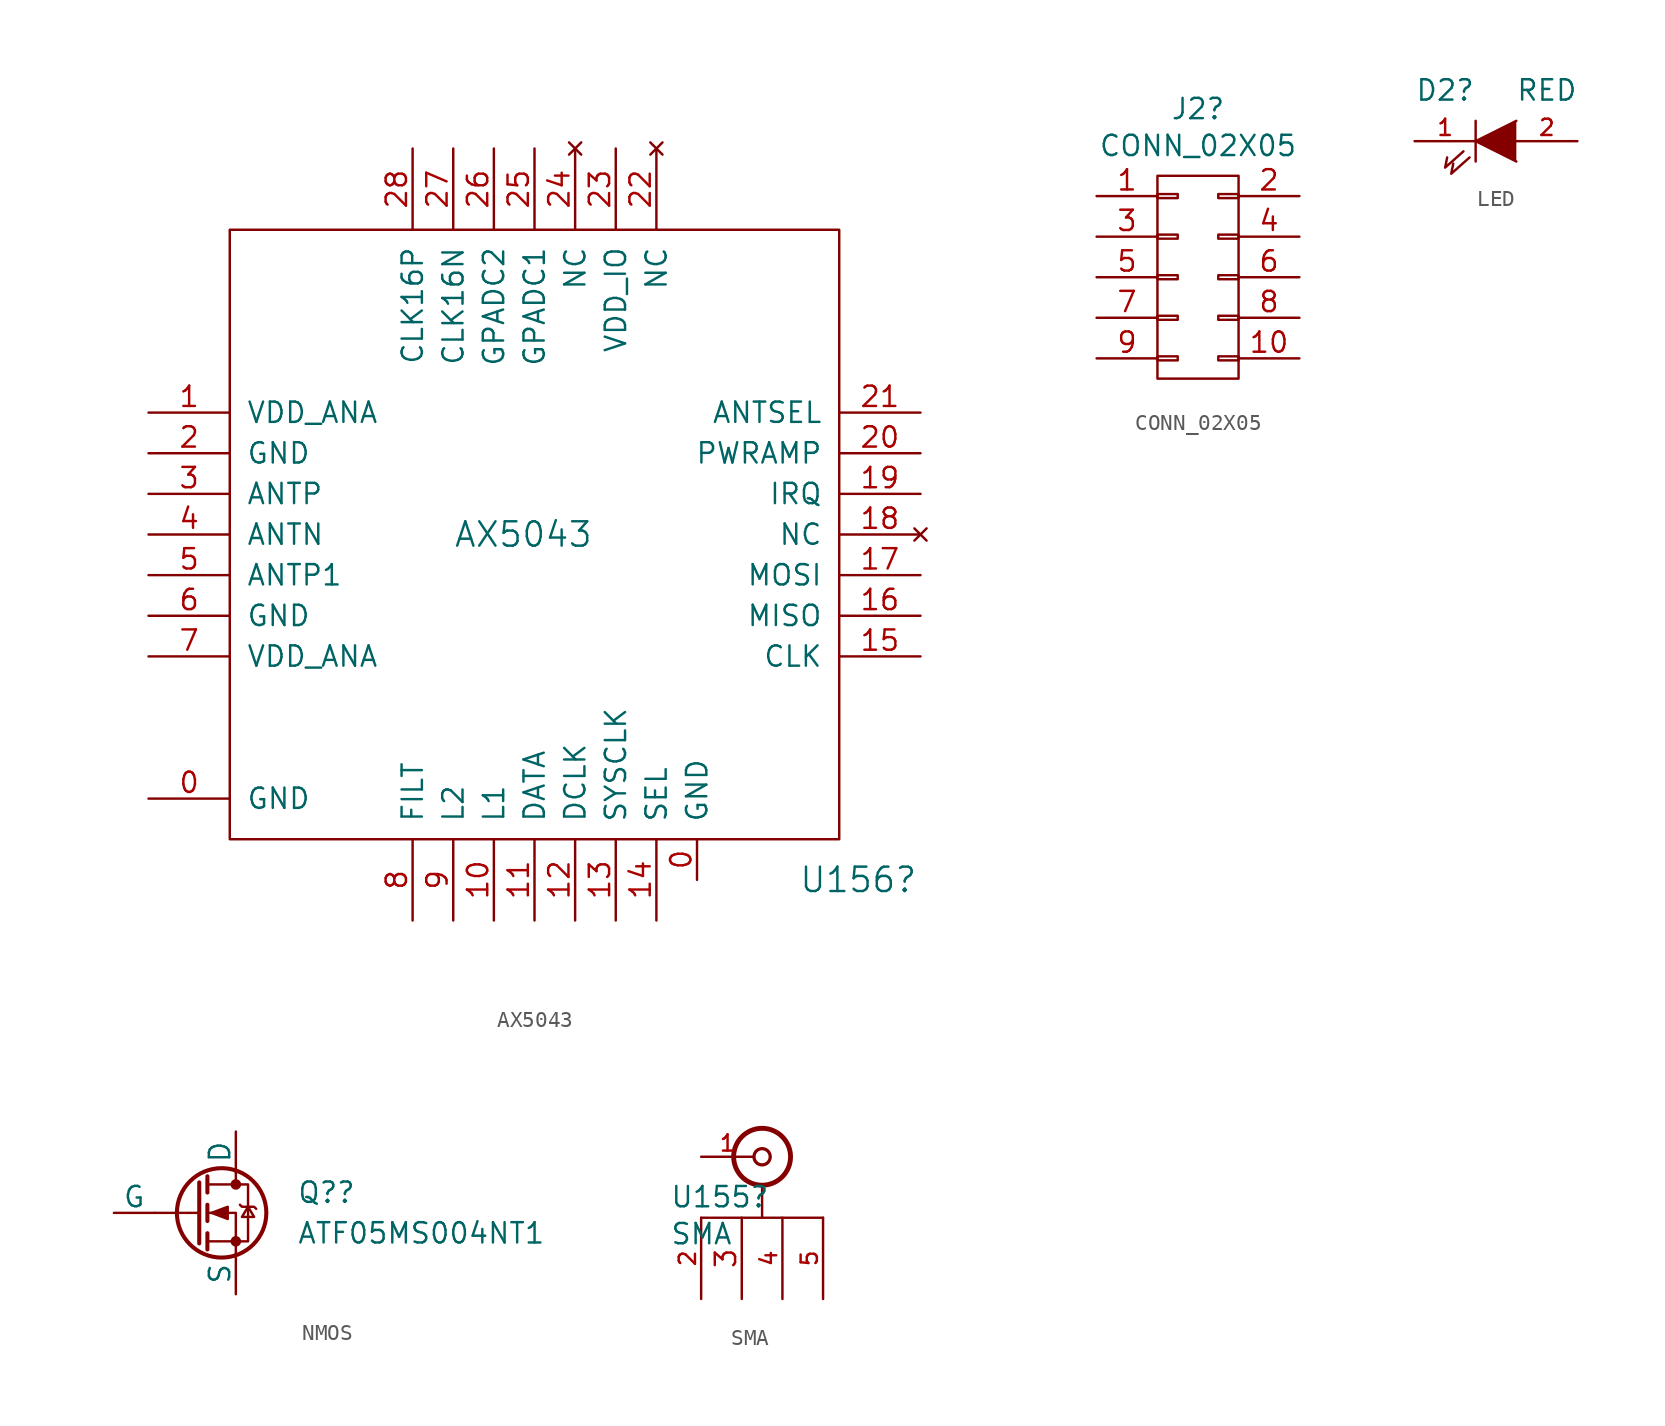
<source format=kicad_sym>
(kicad_symbol_lib
  (version 20220914)
  (generator kicad_symbol_editor)
  (symbol "AX5043"
    (pin_names
      (offset 1.016))
    (property "Reference" "U156"
      (at 16.51 -21.59 0)
      (effects (font (size 1.524 1.524)) (justify left)))
    (property "Value" "AX5043"
      (at -5.08 0 0)
      (effects (font (size 1.524 1.524)) (justify left)))
    (symbol "AX5043_0_1"
      (rectangle (start -19.05 19.05) (end 19.05 -19.05) (stroke (width 0) (type default)) (fill (type none))))
    (symbol "AX5043_1_1"
      (pin passive line (at -24.13 -16.51 0) (length 5.08) (name "GND" (effects (font (size 1.27 1.27)))) (number "0" (effects (font (size 1.27 1.27)))))
      (pin power_in line (at 10.16 -21.59 90) (length 2.54) (name "GND" (effects (font (size 1.27 1.27)))) (number "0" (effects (font (size 1.27 1.27)))))
      (pin passive line (at -24.13 7.62 0) (length 5.08) (name "VDD_ANA" (effects (font (size 1.27 1.27)))) (number "1" (effects (font (size 1.27 1.27)))))
      (pin passive line (at -2.54 -24.13 90) (length 5.08) (name "L1" (effects (font (size 1.27 1.27)))) (number "10" (effects (font (size 1.27 1.27)))))
      (pin input line (at 0 -24.13 90) (length 5.08) (name "DATA" (effects (font (size 1.27 1.27)))) (number "11" (effects (font (size 1.27 1.27)))))
      (pin input line (at 2.54 -24.13 90) (length 5.08) (name "DCLK" (effects (font (size 1.27 1.27)))) (number "12" (effects (font (size 1.27 1.27)))))
      (pin output line (at 5.08 -24.13 90) (length 5.08) (name "SYSCLK" (effects (font (size 1.27 1.27)))) (number "13" (effects (font (size 1.27 1.27)))))
      (pin input line (at 7.62 -24.13 90) (length 5.08) (name "SEL" (effects (font (size 1.27 1.27)))) (number "14" (effects (font (size 1.27 1.27)))))
      (pin input line (at 24.13 -7.62 180) (length 5.08) (name "CLK" (effects (font (size 1.27 1.27)))) (number "15" (effects (font (size 1.27 1.27)))))
      (pin tri_state line (at 24.13 -5.08 180) (length 5.08) (name "MISO" (effects (font (size 1.27 1.27)))) (number "16" (effects (font (size 1.27 1.27)))))
      (pin input line (at 24.13 -2.54 180) (length 5.08) (name "MOSI" (effects (font (size 1.27 1.27)))) (number "17" (effects (font (size 1.27 1.27)))))
      (pin no_connect line (at 24.13 0 180) (length 5.08) (name "NC" (effects (font (size 1.27 1.27)))) (number "18" (effects (font (size 1.27 1.27)))))
      (pin output line (at 24.13 2.54 180) (length 5.08) (name "IRQ" (effects (font (size 1.27 1.27)))) (number "19" (effects (font (size 1.27 1.27)))))
      (pin input line (at -24.13 5.08 0) (length 5.08) (name "GND" (effects (font (size 1.27 1.27)))) (number "2" (effects (font (size 1.27 1.27)))))
      (pin output line (at 24.13 5.08 180) (length 5.08) (name "PWRAMP" (effects (font (size 1.27 1.27)))) (number "20" (effects (font (size 1.27 1.27)))))
      (pin output line (at 24.13 7.62 180) (length 5.08) (name "ANTSEL" (effects (font (size 1.27 1.27)))) (number "21" (effects (font (size 1.27 1.27)))))
      (pin no_connect line (at 7.62 24.13 270) (length 5.08) (name "NC" (effects (font (size 1.27 1.27)))) (number "22" (effects (font (size 1.27 1.27)))))
      (pin passive line (at 5.08 24.13 270) (length 5.08) (name "VDD_IO" (effects (font (size 1.27 1.27)))) (number "23" (effects (font (size 1.27 1.27)))))
      (pin no_connect line (at 2.54 24.13 270) (length 5.08) (name "NC" (effects (font (size 1.27 1.27)))) (number "24" (effects (font (size 1.27 1.27)))))
      (pin input line (at 0 24.13 270) (length 5.08) (name "GPADC1" (effects (font (size 1.27 1.27)))) (number "25" (effects (font (size 1.27 1.27)))))
      (pin input line (at -2.54 24.13 270) (length 5.08) (name "GPADC2" (effects (font (size 1.27 1.27)))) (number "26" (effects (font (size 1.27 1.27)))))
      (pin passive line (at -5.08 24.13 270) (length 5.08) (name "CLK16N" (effects (font (size 1.27 1.27)))) (number "27" (effects (font (size 1.27 1.27)))))
      (pin passive line (at -7.62 24.13 270) (length 5.08) (name "CLK16P" (effects (font (size 1.27 1.27)))) (number "28" (effects (font (size 1.27 1.27)))))
      (pin bidirectional line (at -24.13 2.54 0) (length 5.08) (name "ANTP" (effects (font (size 1.27 1.27)))) (number "3" (effects (font (size 1.27 1.27)))))
      (pin bidirectional line (at -24.13 0 0) (length 5.08) (name "ANTN" (effects (font (size 1.27 1.27)))) (number "4" (effects (font (size 1.27 1.27)))))
      (pin output line (at -24.13 -2.54 0) (length 5.08) (name "ANTP1" (effects (font (size 1.27 1.27)))) (number "5" (effects (font (size 1.27 1.27)))))
      (pin input line (at -24.13 -5.08 0) (length 5.08) (name "GND" (effects (font (size 1.27 1.27)))) (number "6" (effects (font (size 1.27 1.27)))))
      (pin passive line (at -24.13 -7.62 0) (length 5.08) (name "VDD_ANA" (effects (font (size 1.27 1.27)))) (number "7" (effects (font (size 1.27 1.27)))))
      (pin passive line (at -7.62 -24.13 90) (length 5.08) (name "FILT" (effects (font (size 1.27 1.27)))) (number "8" (effects (font (size 1.27 1.27)))))
      (pin passive line (at -5.08 -24.13 90) (length 5.08) (name "L2" (effects (font (size 1.27 1.27)))) (number "9" (effects (font (size 1.27 1.27)))))))
  (symbol "CONN_02X05"
    (pin_names
      (offset 0.025) hide)
    (property "Reference" "J2"
      (at 0 10.541 0)
      (effects (font (size 1.27 1.27))))
    (property "Value" "CONN_02X05"
      (at 0 8.23 0)
      (effects (font (size 1.27 1.27))))
    (symbol "CONN_02X05_0_1"
      (rectangle (start -2.54 -4.953) (end -1.27 -5.207) (stroke (width 0) (type default)) (fill (type none)))
      (rectangle (start -2.54 -2.413) (end -1.27 -2.667) (stroke (width 0) (type default)) (fill (type none)))
      (rectangle (start -2.54 0.127) (end -1.27 -0.127) (stroke (width 0) (type default)) (fill (type none)))
      (rectangle (start -2.54 2.667) (end -1.27 2.413) (stroke (width 0) (type default)) (fill (type none)))
      (rectangle (start -2.54 5.207) (end -1.27 4.953) (stroke (width 0) (type default)) (fill (type none)))
      (rectangle (start -2.54 6.35) (end 2.54 -6.35) (stroke (width 0) (type default)) (fill (type none)))
      (rectangle (start 1.27 -4.953) (end 2.54 -5.207) (stroke (width 0) (type default)) (fill (type none)))
      (rectangle (start 1.27 -2.413) (end 2.54 -2.667) (stroke (width 0) (type default)) (fill (type none)))
      (rectangle (start 1.27 0.127) (end 2.54 -0.127) (stroke (width 0) (type default)) (fill (type none)))
      (rectangle (start 1.27 2.667) (end 2.54 2.413) (stroke (width 0) (type default)) (fill (type none)))
      (rectangle (start 1.27 5.207) (end 2.54 4.953) (stroke (width 0) (type default)) (fill (type none))))
    (symbol "CONN_02X05_1_1"
      (pin passive line (at -6.35 5.08 0) (length 3.81) (name "P1" (effects (font (size 1.27 1.27)))) (number "1" (effects (font (size 1.27 1.27)))))
      (pin passive line (at 6.35 -5.08 180) (length 3.81) (name "P10" (effects (font (size 1.27 1.27)))) (number "10" (effects (font (size 1.27 1.27)))))
      (pin passive line (at 6.35 5.08 180) (length 3.81) (name "P2" (effects (font (size 1.27 1.27)))) (number "2" (effects (font (size 1.27 1.27)))))
      (pin passive line (at -6.35 2.54 0) (length 3.81) (name "P3" (effects (font (size 1.27 1.27)))) (number "3" (effects (font (size 1.27 1.27)))))
      (pin passive line (at 6.35 2.54 180) (length 3.81) (name "P4" (effects (font (size 1.27 1.27)))) (number "4" (effects (font (size 1.27 1.27)))))
      (pin passive line (at -6.35 0 0) (length 3.81) (name "P5" (effects (font (size 1.27 1.27)))) (number "5" (effects (font (size 1.27 1.27)))))
      (pin passive line (at 6.35 0 180) (length 3.81) (name "P6" (effects (font (size 1.27 1.27)))) (number "6" (effects (font (size 1.27 1.27)))))
      (pin passive line (at -6.35 -2.54 0) (length 3.81) (name "P7" (effects (font (size 1.27 1.27)))) (number "7" (effects (font (size 1.27 1.27)))))
      (pin passive line (at 6.35 -2.54 180) (length 3.81) (name "P8" (effects (font (size 1.27 1.27)))) (number "8" (effects (font (size 1.27 1.27)))))
      (pin passive line (at -6.35 -5.08 0) (length 3.81) (name "P9" (effects (font (size 1.27 1.27)))) (number "9" (effects (font (size 1.27 1.27)))))))
  (symbol "LED"
    (pin_names
      (offset 1.016) hide)
    (property "Reference" "D2"
      (at -3.175 3.175 0)
      (effects (font (size 1.27 1.27))))
    (property "Value" "RED"
      (at 3.175 3.175 0)
      (effects (font (size 1.27 1.27))))
    (symbol "LED_0_1"
      (polyline (pts (xy -1.27 1.27) (xy -1.27 -1.27)) (stroke (width 0) (type default)) (fill (type none)))
      (polyline (pts (xy -2.032 -0.635) (xy -3.175 -1.651) (xy -3.048 -1.016)) (stroke (width 0) (type default)) (fill (type none)))
      (polyline (pts (xy -1.651 -1.016) (xy -2.794 -2.032) (xy -2.667 -1.397)) (stroke (width 0) (type default)) (fill (type none)))
      (polyline (pts (xy 1.27 1.27) (xy -1.27 0) (xy 1.27 -1.27)) (stroke (width 0) (type default)) (fill (type outline))))
    (symbol "LED_1_1"
      (pin passive line (at -5.08 0 0) (length 3.81) (name "K" (effects (font (size 1.016 1.016)))) (number "1" (effects (font (size 1.016 1.016)))))
      (pin passive line (at 5.08 0 180) (length 3.81) (name "A" (effects (font (size 1.016 1.016)))) (number "2" (effects (font (size 1.016 1.016)))))))
  (symbol "NMOS"
    (pin_numbers hide)
    (pin_names
      (offset 0))
    (property "Reference" "Q?"
      (at 6.35 1.27 0)
      (effects (font (size 1.27 1.27)) (justify left)))
    (property "Value" "ATF05MS004NT1"
      (at 6.35 -1.27 0)
      (effects (font (size 1.27 1.27)) (justify left)))
    (symbol "NMOS_0_1"
      (polyline (pts (xy 0.254 0) (xy -2.54 0)) (stroke (width 0) (type default)) (fill (type none)))
      (polyline (pts (xy 0.254 1.905) (xy 0.254 -1.905)) (stroke (width 0.254) (type default)) (fill (type none)))
      (polyline (pts (xy 0.762 -1.27) (xy 0.762 -2.286)) (stroke (width 0.254) (type default)) (fill (type none)))
      (polyline (pts (xy 0.762 0.508) (xy 0.762 -0.508)) (stroke (width 0.254) (type default)) (fill (type none)))
      (polyline (pts (xy 0.762 2.286) (xy 0.762 1.27)) (stroke (width 0.254) (type default)) (fill (type none)))
      (polyline (pts (xy 2.54 2.54) (xy 2.54 1.778)) (stroke (width 0) (type default)) (fill (type none)))
      (polyline (pts (xy 2.54 -2.54) (xy 2.54 0) (xy 0.762 0)) (stroke (width 0) (type default)) (fill (type none)))
      (polyline (pts (xy 0.762 -1.778) (xy 3.302 -1.778) (xy 3.302 1.778) (xy 0.762 1.778)) (stroke (width 0) (type default)) (fill (type none)))
      (polyline (pts (xy 1.016 0) (xy 2.032 0.381) (xy 2.032 -0.381) (xy 1.016 0)) (stroke (width 0) (type default)) (fill (type outline)))
      (polyline (pts (xy 2.794 0.508) (xy 2.921 0.381) (xy 3.683 0.381) (xy 3.81 0.254)) (stroke (width 0) (type default)) (fill (type none)))
      (polyline (pts (xy 3.302 0.381) (xy 2.921 -0.254) (xy 3.683 -0.254) (xy 3.302 0.381)) (stroke (width 0) (type default)) (fill (type none)))
      (circle (center 1.651 0) (radius 2.794) (stroke (width 0.254) (type default)) (fill (type none)))
      (circle (center 2.54 -1.778) (radius 0.254) (stroke (width 0) (type default)) (fill (type outline)))
      (circle (center 2.54 1.778) (radius 0.254) (stroke (width 0) (type default)) (fill (type outline))))
    (symbol "NMOS_1_1"
      (pin input line (at -5.08 0 0) (length 2.54) (name "G" (effects (font (size 1.27 1.27)))) (number "1" (effects (font (size 1.27 1.27)))))
      (pin passive line (at 2.54 -5.08 90) (length 2.54) (name "S" (effects (font (size 1.27 1.27)))) (number "2" (effects (font (size 1.27 1.27)))))
      (pin passive line (at 2.54 5.08 270) (length 2.54) (name "D" (effects (font (size 1.27 1.27)))) (number "3" (effects (font (size 1.27 1.27)))))))
  (symbol "SMA"
    (pin_names
      (offset 1.016) hide)
    (property "Reference" "U155"
      (at -5.766 -2.515 0)
      (effects (font (size 1.27 1.27)) (justify left)))
    (property "Value" "SMA"
      (at -5.766 -4.826 0)
      (effects (font (size 1.27 1.27)) (justify left)))
    (property "Datasheet" ""
      (at 0 0 0)
      (effects (font (size 1.27 1.27))))
    (symbol "SMA_0_1"
      (polyline (pts (xy -3.81 -3.81) (xy 3.81 -3.81)) (stroke (width 0) (type default)) (fill (type none)))
      (polyline (pts (xy 0 -3.81) (xy 0 -1.778)) (stroke (width 0) (type default)) (fill (type none)))
      (circle (center 0 0) (radius 0.508) (stroke (width 0.203) (type default)) (fill (type none)))
      (circle (center 0 0) (radius 1.778) (stroke (width 0.305) (type default)) (fill (type none))))
    (symbol "SMA_1_1"
      (pin passive line (at -3.81 0 0) (length 3.302) (name "In" (effects (font (size 1.016 1.016)))) (number "1" (effects (font (size 1.016 1.016)))))
      (pin passive line (at -3.81 -8.89 90) (length 5.08) (name "Body" (effects (font (size 1.016 1.016)))) (number "2" (effects (font (size 1.016 1.016)))))
      (pin input line (at -1.27 -8.89 90) (length 5.08) (name "3" (effects (font (size 1.27 1.27)))) (number "3" (effects (font (size 1.27 1.27)))))
      (pin passive line (at 1.27 -8.89 90) (length 5.08) (name "4" (effects (font (size 1.016 1.016)))) (number "4" (effects (font (size 1.016 1.016)))))
      (pin passive line (at 3.81 -8.89 90) (length 5.08) (name "5" (effects (font (size 1.016 1.016)))) (number "5" (effects (font (size 1.016 1.016))))))))
</source>
